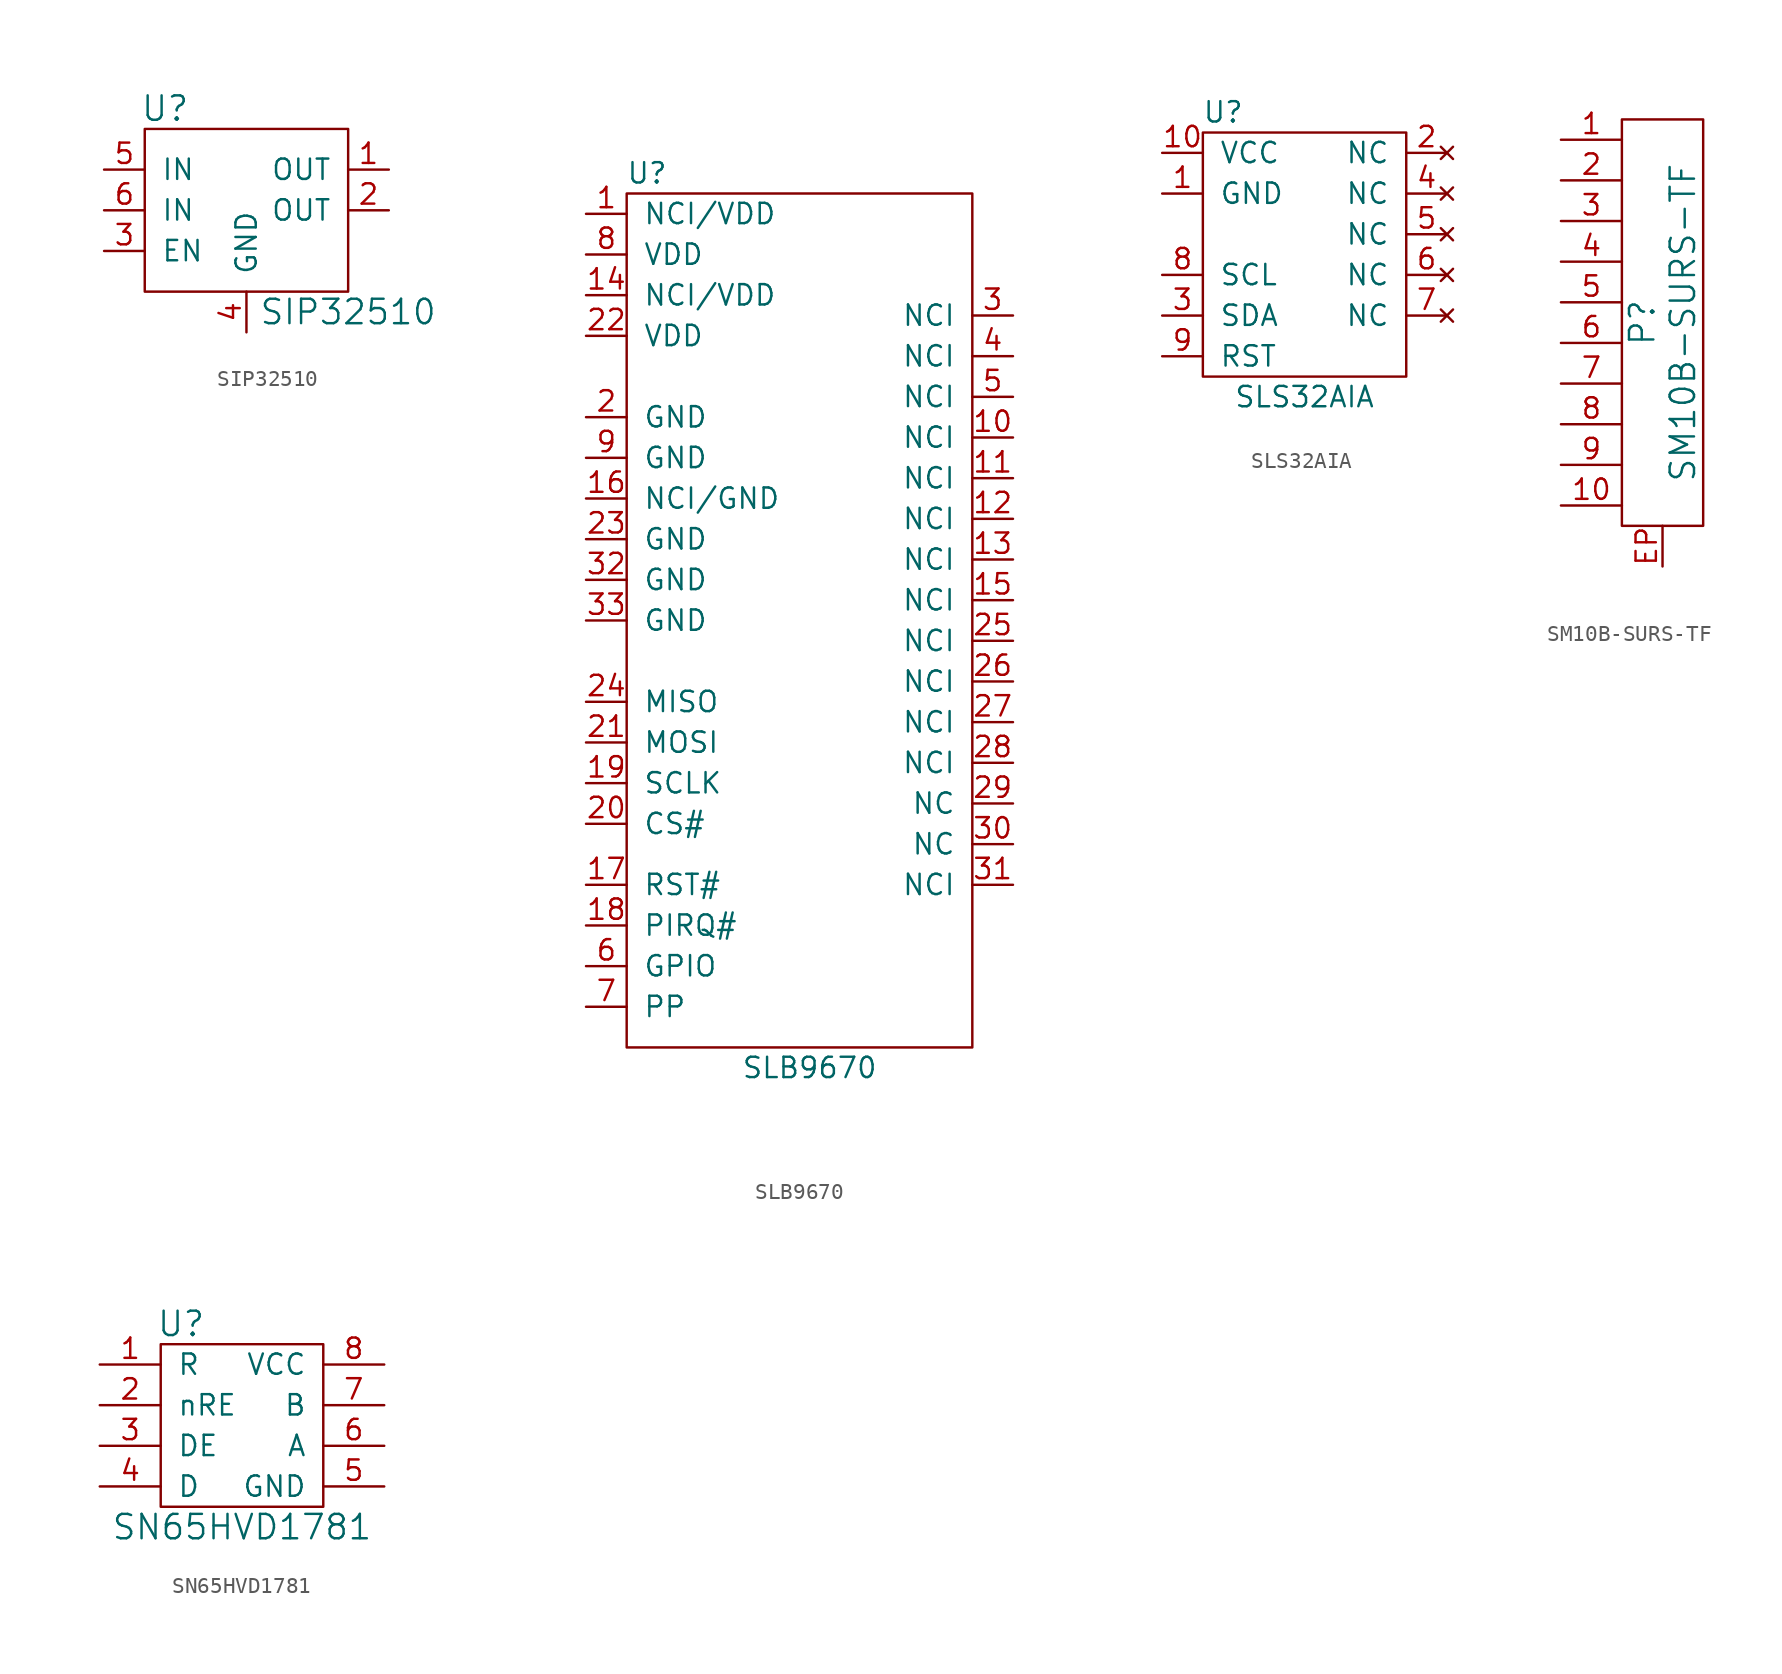
<source format=kicad_sym>
(kicad_symbol_lib
  (version 20210619)
  (generator kicad_symbol_editor)
  (symbol "tinkerforge:SIP32510"
    (pin_names
      (offset 1.016))
    (property "Reference" "U"
      (at -5.08 6.35 0)
      (effects (font (size 1.524 1.524))))
    (property "Value" "SIP32510"
      (at 6.35 -6.35 0)
      (effects (font (size 1.524 1.524))))
    (symbol "SIP32510_0_1"
      (rectangle (start -6.35 5.08) (end 6.35 -5.08) (stroke (width 0)) (fill (type none))))
    (symbol "SIP32510_1_1"
      (pin output line (at 8.89 2.54 180) (length 2.54) (name "OUT" (effects (font (size 1.27 1.27)))) (number "1" (effects (font (size 1.27 1.27)))))
      (pin output line (at 8.89 0 180) (length 2.54) (name "OUT" (effects (font (size 1.27 1.27)))) (number "2" (effects (font (size 1.27 1.27)))))
      (pin passive line (at -8.89 -2.54 0) (length 2.54) (name "EN" (effects (font (size 1.27 1.27)))) (number "3" (effects (font (size 1.27 1.27)))))
      (pin passive line (at 0 -7.62 90) (length 2.54) (name "GND" (effects (font (size 1.27 1.27)))) (number "4" (effects (font (size 1.27 1.27)))))
      (pin input line (at -8.89 2.54 0) (length 2.54) (name "IN" (effects (font (size 1.27 1.27)))) (number "5" (effects (font (size 1.27 1.27)))))
      (pin input line (at -8.89 0 0) (length 2.54) (name "IN" (effects (font (size 1.27 1.27)))) (number "6" (effects (font (size 1.27 1.27)))))))
  (symbol "tinkerforge:SLB9670"
    (pin_names
      (offset 1.016))
    (property "Reference" "U"
      (at -10.16 25.4 0)
      (effects (font (size 1.27 1.27))))
    (property "Value" "SLB9670"
      (at 0 -30.48 0)
      (effects (font (size 1.27 1.27))))
    (symbol "SLB9670_0_1"
      (rectangle (start -11.43 24.13) (end 10.16 -29.21) (stroke (width 0)) (fill (type none))))
    (symbol "SLB9670_1_1"
      (pin passive line (at -13.97 22.86 0) (length 2.54) (name "NCI/VDD" (effects (font (size 1.27 1.27)))) (number "1" (effects (font (size 1.27 1.27)))))
      (pin passive line (at 12.7 8.89 180) (length 2.54) (name "NCI" (effects (font (size 1.27 1.27)))) (number "10" (effects (font (size 1.27 1.27)))))
      (pin passive line (at 12.7 6.35 180) (length 2.54) (name "NCI" (effects (font (size 1.27 1.27)))) (number "11" (effects (font (size 1.27 1.27)))))
      (pin passive line (at 12.7 3.81 180) (length 2.54) (name "NCI" (effects (font (size 1.27 1.27)))) (number "12" (effects (font (size 1.27 1.27)))))
      (pin passive line (at 12.7 1.27 180) (length 2.54) (name "NCI" (effects (font (size 1.27 1.27)))) (number "13" (effects (font (size 1.27 1.27)))))
      (pin passive line (at -13.97 17.78 0) (length 2.54) (name "NCI/VDD" (effects (font (size 1.27 1.27)))) (number "14" (effects (font (size 1.27 1.27)))))
      (pin passive line (at 12.7 -1.27 180) (length 2.54) (name "NCI" (effects (font (size 1.27 1.27)))) (number "15" (effects (font (size 1.27 1.27)))))
      (pin passive line (at -13.97 5.08 0) (length 2.54) (name "NCI/GND" (effects (font (size 1.27 1.27)))) (number "16" (effects (font (size 1.27 1.27)))))
      (pin passive line (at -13.97 -19.05 0) (length 2.54) (name "RST#" (effects (font (size 1.27 1.27)))) (number "17" (effects (font (size 1.27 1.27)))))
      (pin passive line (at -13.97 -21.59 0) (length 2.54) (name "PIRQ#" (effects (font (size 1.27 1.27)))) (number "18" (effects (font (size 1.27 1.27)))))
      (pin passive line (at -13.97 -12.7 0) (length 2.54) (name "SCLK" (effects (font (size 1.27 1.27)))) (number "19" (effects (font (size 1.27 1.27)))))
      (pin passive line (at -13.97 10.16 0) (length 2.54) (name "GND" (effects (font (size 1.27 1.27)))) (number "2" (effects (font (size 1.27 1.27)))))
      (pin passive line (at -13.97 -15.24 0) (length 2.54) (name "CS#" (effects (font (size 1.27 1.27)))) (number "20" (effects (font (size 1.27 1.27)))))
      (pin passive line (at -13.97 -10.16 0) (length 2.54) (name "MOSI" (effects (font (size 1.27 1.27)))) (number "21" (effects (font (size 1.27 1.27)))))
      (pin passive line (at -13.97 15.24 0) (length 2.54) (name "VDD" (effects (font (size 1.27 1.27)))) (number "22" (effects (font (size 1.27 1.27)))))
      (pin passive line (at -13.97 2.54 0) (length 2.54) (name "GND" (effects (font (size 1.27 1.27)))) (number "23" (effects (font (size 1.27 1.27)))))
      (pin passive line (at -13.97 -7.62 0) (length 2.54) (name "MISO" (effects (font (size 1.27 1.27)))) (number "24" (effects (font (size 1.27 1.27)))))
      (pin passive line (at 12.7 -3.81 180) (length 2.54) (name "NCI" (effects (font (size 1.27 1.27)))) (number "25" (effects (font (size 1.27 1.27)))))
      (pin passive line (at 12.7 -6.35 180) (length 2.54) (name "NCI" (effects (font (size 1.27 1.27)))) (number "26" (effects (font (size 1.27 1.27)))))
      (pin passive line (at 12.7 -8.89 180) (length 2.54) (name "NCI" (effects (font (size 1.27 1.27)))) (number "27" (effects (font (size 1.27 1.27)))))
      (pin passive line (at 12.7 -11.43 180) (length 2.54) (name "NCI" (effects (font (size 1.27 1.27)))) (number "28" (effects (font (size 1.27 1.27)))))
      (pin passive line (at 12.7 -13.97 180) (length 2.54) (name "NC" (effects (font (size 1.27 1.27)))) (number "29" (effects (font (size 1.27 1.27)))))
      (pin passive line (at 12.7 16.51 180) (length 2.54) (name "NCI" (effects (font (size 1.27 1.27)))) (number "3" (effects (font (size 1.27 1.27)))))
      (pin passive line (at 12.7 -16.51 180) (length 2.54) (name "NC" (effects (font (size 1.27 1.27)))) (number "30" (effects (font (size 1.27 1.27)))))
      (pin passive line (at 12.7 -19.05 180) (length 2.54) (name "NCI" (effects (font (size 1.27 1.27)))) (number "31" (effects (font (size 1.27 1.27)))))
      (pin passive line (at -13.97 0 0) (length 2.54) (name "GND" (effects (font (size 1.27 1.27)))) (number "32" (effects (font (size 1.27 1.27)))))
      (pin passive line (at -13.97 -2.54 0) (length 2.54) (name "GND" (effects (font (size 1.27 1.27)))) (number "33" (effects (font (size 1.27 1.27)))))
      (pin passive line (at 12.7 13.97 180) (length 2.54) (name "NCI" (effects (font (size 1.27 1.27)))) (number "4" (effects (font (size 1.27 1.27)))))
      (pin passive line (at 12.7 11.43 180) (length 2.54) (name "NCI" (effects (font (size 1.27 1.27)))) (number "5" (effects (font (size 1.27 1.27)))))
      (pin passive line (at -13.97 -24.13 0) (length 2.54) (name "GPIO" (effects (font (size 1.27 1.27)))) (number "6" (effects (font (size 1.27 1.27)))))
      (pin passive line (at -13.97 -26.67 0) (length 2.54) (name "PP" (effects (font (size 1.27 1.27)))) (number "7" (effects (font (size 1.27 1.27)))))
      (pin passive line (at -13.97 20.32 0) (length 2.54) (name "VDD" (effects (font (size 1.27 1.27)))) (number "8" (effects (font (size 1.27 1.27)))))
      (pin passive line (at -13.97 7.62 0) (length 2.54) (name "GND" (effects (font (size 1.27 1.27)))) (number "9" (effects (font (size 1.27 1.27)))))))
  (symbol "tinkerforge:SLS32AIA"
    (pin_names
      (offset 1.016))
    (property "Reference" "U"
      (at -5.08 8.89 0)
      (effects (font (size 1.27 1.27))))
    (property "Value" "SLS32AIA"
      (at 0 -8.89 0)
      (effects (font (size 1.27 1.27))))
    (symbol "SLS32AIA_0_1"
      (rectangle (start -6.35 7.62) (end 6.35 -7.62) (stroke (width 0)) (fill (type none))))
    (symbol "SLS32AIA_1_1"
      (pin passive line (at -8.89 3.81 0) (length 2.54) (name "GND" (effects (font (size 1.27 1.27)))) (number "1" (effects (font (size 1.27 1.27)))))
      (pin passive line (at -8.89 6.35 0) (length 2.54) (name "VCC" (effects (font (size 1.27 1.27)))) (number "10" (effects (font (size 1.27 1.27)))))
      (pin no_connect line (at 8.89 6.35 180) (length 2.54) (name "NC" (effects (font (size 1.27 1.27)))) (number "2" (effects (font (size 1.27 1.27)))))
      (pin passive line (at -8.89 -3.81 0) (length 2.54) (name "SDA" (effects (font (size 1.27 1.27)))) (number "3" (effects (font (size 1.27 1.27)))))
      (pin no_connect line (at 8.89 3.81 180) (length 2.54) (name "NC" (effects (font (size 1.27 1.27)))) (number "4" (effects (font (size 1.27 1.27)))))
      (pin no_connect line (at 8.89 1.27 180) (length 2.54) (name "NC" (effects (font (size 1.27 1.27)))) (number "5" (effects (font (size 1.27 1.27)))))
      (pin no_connect line (at 8.89 -1.27 180) (length 2.54) (name "NC" (effects (font (size 1.27 1.27)))) (number "6" (effects (font (size 1.27 1.27)))))
      (pin no_connect line (at 8.89 -3.81 180) (length 2.54) (name "NC" (effects (font (size 1.27 1.27)))) (number "7" (effects (font (size 1.27 1.27)))))
      (pin passive line (at -8.89 -1.27 0) (length 2.54) (name "SCL" (effects (font (size 1.27 1.27)))) (number "8" (effects (font (size 1.27 1.27)))))
      (pin passive line (at -8.89 -6.35 0) (length 2.54) (name "RST" (effects (font (size 1.27 1.27)))) (number "9" (effects (font (size 1.27 1.27)))))))
  (symbol "tinkerforge:SM10B-SURS-TF"
    (pin_names
      (offset 1.016) hide)
    (property "Reference" "P"
      (at -1.27 0 90)
      (effects (font (size 1.524 1.524))))
    (property "Value" "SM10B-SURS-TF"
      (at 1.27 0 90)
      (effects (font (size 1.524 1.524))))
    (property "Footprint" ""
      (at 0 0 0)
      (effects (font (size 1.524 1.524))))
    (property "Datasheet" ""
      (at 0 0 0)
      (effects (font (size 1.524 1.524))))
    (symbol "SM10B-SURS-TF_0_1"
      (rectangle (start -2.54 12.7) (end 2.54 -12.7) (stroke (width 0)) (fill (type none))))
    (symbol "SM10B-SURS-TF_1_1"
      (pin passive line (at -6.35 11.43 0) (length 3.81) (name "P1" (effects (font (size 1.27 1.27)))) (number "1" (effects (font (size 1.27 1.27)))))
      (pin passive line (at -6.35 -11.43 0) (length 3.81) (name "P10" (effects (font (size 1.27 1.27)))) (number "10" (effects (font (size 1.27 1.27)))))
      (pin passive line (at -6.35 8.89 0) (length 3.81) (name "P2" (effects (font (size 1.27 1.27)))) (number "2" (effects (font (size 1.27 1.27)))))
      (pin passive line (at -6.35 6.35 0) (length 3.81) (name "P3" (effects (font (size 1.27 1.27)))) (number "3" (effects (font (size 1.27 1.27)))))
      (pin passive line (at -6.35 3.81 0) (length 3.81) (name "P4" (effects (font (size 1.27 1.27)))) (number "4" (effects (font (size 1.27 1.27)))))
      (pin passive line (at -6.35 1.27 0) (length 3.81) (name "P5" (effects (font (size 1.27 1.27)))) (number "5" (effects (font (size 1.27 1.27)))))
      (pin passive line (at -6.35 -1.27 0) (length 3.81) (name "P6" (effects (font (size 1.27 1.27)))) (number "6" (effects (font (size 1.27 1.27)))))
      (pin passive line (at -6.35 -3.81 0) (length 3.81) (name "P7" (effects (font (size 1.27 1.27)))) (number "7" (effects (font (size 1.27 1.27)))))
      (pin passive line (at -6.35 -6.35 0) (length 3.81) (name "P8" (effects (font (size 1.27 1.27)))) (number "8" (effects (font (size 1.27 1.27)))))
      (pin passive line (at -6.35 -8.89 0) (length 3.81) (name "P9" (effects (font (size 1.27 1.27)))) (number "9" (effects (font (size 1.27 1.27)))))
      (pin passive line (at 0 -15.24 90) (length 2.54) (name "~" (effects (font (size 1.27 1.27)))) (number "EP" (effects (font (size 1.27 1.27)))))))
  (symbol "tinkerforge:SN65HVD1781"
    (pin_names
      (offset 1.016))
    (property "Reference" "U"
      (at -3.81 6.35 0)
      (effects (font (size 1.524 1.524))))
    (property "Value" "SN65HVD1781"
      (at 0 -6.35 0)
      (effects (font (size 1.524 1.524))))
    (property "Footprint" ""
      (at 0 0 0)
      (effects (font (size 1.524 1.524))))
    (property "Datasheet" ""
      (at 0 0 0)
      (effects (font (size 1.524 1.524))))
    (symbol "SN65HVD1781_0_1"
      (rectangle (start -5.08 5.08) (end 5.08 -5.08) (stroke (width 0)) (fill (type none))))
    (symbol "SN65HVD1781_1_1"
      (pin passive line (at -8.89 3.81 0) (length 3.81) (name "R" (effects (font (size 1.27 1.27)))) (number "1" (effects (font (size 1.27 1.27)))))
      (pin passive line (at -8.89 1.27 0) (length 3.81) (name "nRE" (effects (font (size 1.27 1.27)))) (number "2" (effects (font (size 1.27 1.27)))))
      (pin passive line (at -8.89 -1.27 0) (length 3.81) (name "DE" (effects (font (size 1.27 1.27)))) (number "3" (effects (font (size 1.27 1.27)))))
      (pin passive line (at -8.89 -3.81 0) (length 3.81) (name "D" (effects (font (size 1.27 1.27)))) (number "4" (effects (font (size 1.27 1.27)))))
      (pin passive line (at 8.89 -3.81 180) (length 3.81) (name "GND" (effects (font (size 1.27 1.27)))) (number "5" (effects (font (size 1.27 1.27)))))
      (pin passive line (at 8.89 -1.27 180) (length 3.81) (name "A" (effects (font (size 1.27 1.27)))) (number "6" (effects (font (size 1.27 1.27)))))
      (pin passive line (at 8.89 1.27 180) (length 3.81) (name "B" (effects (font (size 1.27 1.27)))) (number "7" (effects (font (size 1.27 1.27)))))
      (pin passive line (at 8.89 3.81 180) (length 3.81) (name "VCC" (effects (font (size 1.27 1.27)))) (number "8" (effects (font (size 1.27 1.27))))))))
</source>
